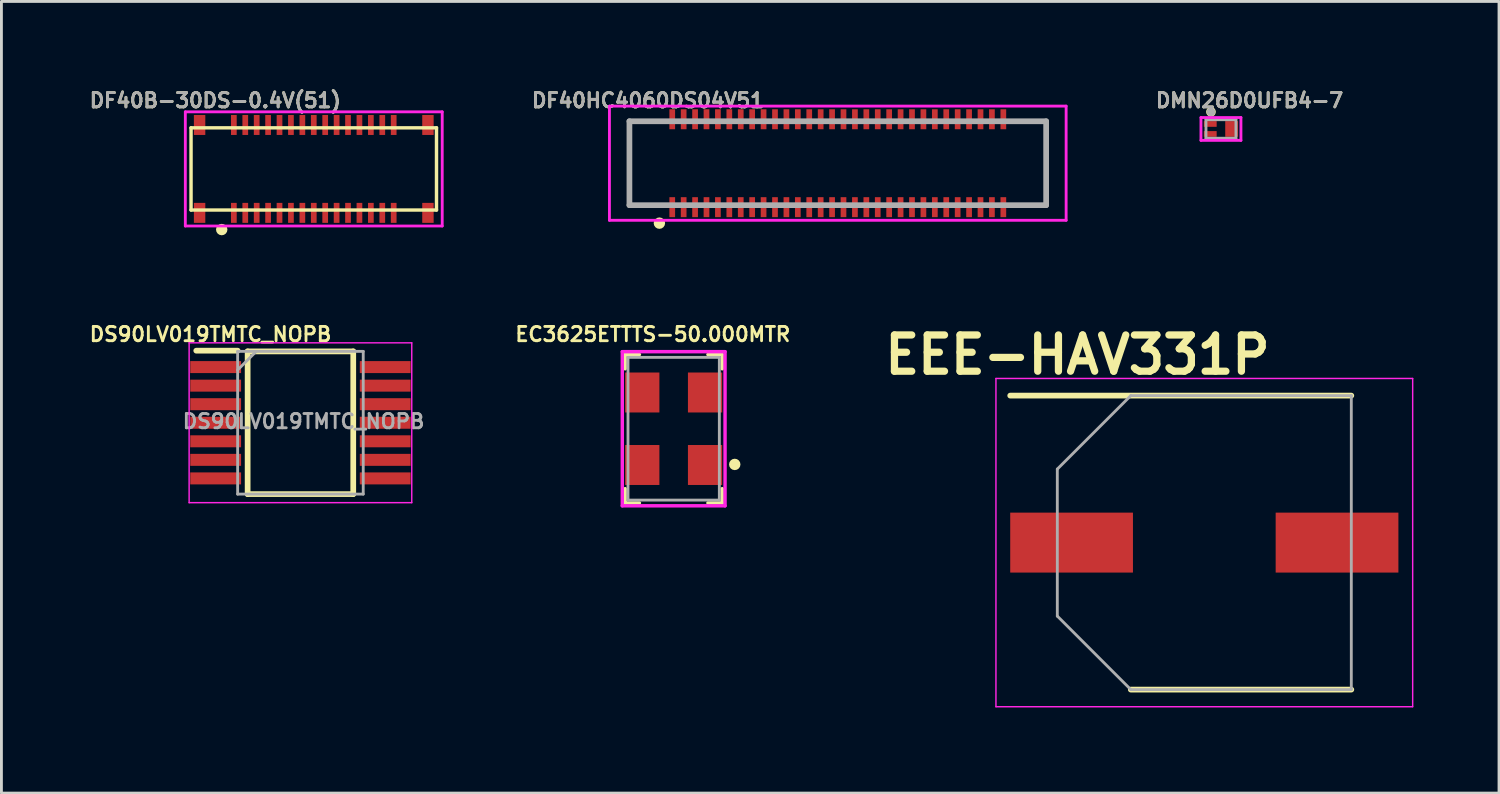
<source format=kicad_pcb>
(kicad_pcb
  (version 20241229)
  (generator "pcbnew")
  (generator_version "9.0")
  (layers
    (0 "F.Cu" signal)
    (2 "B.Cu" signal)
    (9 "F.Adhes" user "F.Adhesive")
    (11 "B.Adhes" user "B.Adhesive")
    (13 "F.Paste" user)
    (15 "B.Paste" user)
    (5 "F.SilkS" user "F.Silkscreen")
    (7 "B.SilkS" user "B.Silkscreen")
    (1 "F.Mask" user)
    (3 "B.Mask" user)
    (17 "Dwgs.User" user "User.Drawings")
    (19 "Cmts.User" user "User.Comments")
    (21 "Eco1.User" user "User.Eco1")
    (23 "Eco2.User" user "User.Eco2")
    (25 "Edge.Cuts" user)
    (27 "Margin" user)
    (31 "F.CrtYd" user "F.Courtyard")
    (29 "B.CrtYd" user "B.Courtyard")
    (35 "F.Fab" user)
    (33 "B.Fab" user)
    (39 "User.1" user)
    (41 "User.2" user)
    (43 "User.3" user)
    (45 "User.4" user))
  (footprint "EEE-HAV331P"
    (layer "F.Cu")
    (at 39.143 15.96)
    (property "Reference" "EEE-HAV331P" (at -4.445 -6.579 0) (layer "F.SilkS") (effects (font (size 1.27 1.27) (thickness 0.254))))
    (attr smd)
    (fp_line (start -6.8 -5.15) (end 5.15 -5.15) (stroke (width 0.2) (type solid)) (layer "F.SilkS"))
    (fp_line (start -2.575 5.15) (end 5.15 5.15) (stroke (width 0.2) (type solid)) (layer "F.SilkS"))
    (fp_line (start -7.3 -5.75) (end 7.3 -5.75) (stroke (width 0.05) (type solid)) (layer "F.CrtYd"))
    (fp_line (start -7.3 5.75) (end -7.3 -5.75) (stroke (width 0.05) (type solid)) (layer "F.CrtYd"))
    (fp_line (start 7.3 -5.75) (end 7.3 5.75) (stroke (width 0.05) (type solid)) (layer "F.CrtYd"))
    (fp_line (start 7.3 5.75) (end -7.3 5.75) (stroke (width 0.05) (type solid)) (layer "F.CrtYd"))
    (fp_line (start -5.15 -2.575) (end -5.15 2.575) (stroke (width 0.1) (type solid)) (layer "F.Fab"))
    (fp_line (start -5.15 2.575) (end -2.575 5.15) (stroke (width 0.1) (type solid)) (layer "F.Fab"))
    (fp_line (start -2.575 -5.15) (end -5.15 -2.575) (stroke (width 0.1) (type solid)) (layer "F.Fab"))
    (fp_line (start -2.575 5.15) (end 5.15 5.15) (stroke (width 0.1) (type solid)) (layer "F.Fab"))
    (fp_line (start 5.15 -5.15) (end -2.575 -5.15) (stroke (width 0.1) (type solid)) (layer "F.Fab"))
    (fp_line (start 5.15 5.15) (end 5.15 -5.15) (stroke (width 0.1) (type solid)) (layer "F.Fab"))
    (pad "1" smd rect (at -4.65 0 90) (size 2.1 4.3) (layers "F.Cu" "F.Mask" "F.Paste"))
    (pad "2" smd rect (at 4.65 0 90) (size 2.1 4.3) (layers "F.Cu" "F.Mask" "F.Paste")))
  (footprint "DMN26D0UFB4-7"
    (layer "F.Cu")
    (at 39.726 1.468)
    (property "Reference" "DMN26D0UFB4-7" (at 1 -1 0) (layer "F.SilkS") (effects (font (size 0.5 0.5) (thickness 0.1))))
    (attr smd)
    (fp_circle (center -0.35 -0.6) (end -0.35 -0.55) (stroke (width 0.12) (type solid)) (fill no) (layer "F.SilkS"))
    (fp_line (start -0.7 -0.4) (end 0.7 -0.4) (stroke (width 0.1) (type solid)) (layer "F.CrtYd"))
    (fp_line (start -0.7 0.4) (end -0.7 -0.4) (stroke (width 0.1) (type solid)) (layer "F.CrtYd"))
    (fp_line (start 0.7 -0.4) (end 0.7 0.4) (stroke (width 0.1) (type solid)) (layer "F.CrtYd"))
    (fp_line (start 0.7 0.4) (end -0.7 0.4) (stroke (width 0.1) (type solid)) (layer "F.CrtYd"))
    (fp_line (start -0.525 -0.325) (end -0.525 0.325) (stroke (width 0.1) (type solid)) (layer "F.Fab"))
    (fp_line (start -0.525 0.325) (end 0.525 0.325) (stroke (width 0.1) (type solid)) (layer "F.Fab"))
    (fp_line (start 0.525 -0.325) (end -0.525 -0.325) (stroke (width 0.1) (type solid)) (layer "F.Fab"))
    (fp_line (start 0.525 0.325) (end 0.525 -0.325) (stroke (width 0.1) (type solid)) (layer "F.Fab"))
    (fp_circle (center -0.35 -0.6) (end -0.35 -0.6) (stroke (width 0.152) (type solid)) (fill no) (layer "F.Fab"))
    (fp_text user "${REFERENCE}" (at 1 -1 0) (layer "F.Fab") (effects (font (size 0.5 0.5) (thickness 0.1))))
    (pad "1" smd rect (at -0.375 -0.175) (size 0.45 0.2) (layers "F.Cu" "F.Mask" "F.Paste"))
    (pad "2" smd rect (at -0.375 0.175) (size 0.45 0.2) (layers "F.Cu" "F.Mask" "F.Paste"))
    (pad "3" smd rect (at 0.375 0) (size 0.45 0.55) (layers "F.Cu" "F.Mask" "F.Paste")))
  (footprint "DS90LV019TMTC_NOPB"
    (layer "F.Cu")
    (at 7.476 11.761)
    (property "Reference" "DS90LV019TMTC_NOPB" (at -3.15 -3.1 0) (layer "F.SilkS") (effects (font (size 0.5 0.5) (thickness 0.1))))
    (attr smd)
    (fp_line (start -3.65 -2.525) (end -2.2 -2.525) (stroke (width 0.2) (type solid)) (layer "F.SilkS"))
    (fp_line (start -1.85 -2.5) (end 1.85 -2.5) (stroke (width 0.2) (type solid)) (layer "F.SilkS"))
    (fp_line (start -1.85 2.5) (end -1.85 -2.5) (stroke (width 0.2) (type solid)) (layer "F.SilkS"))
    (fp_line (start 1.85 -2.5) (end 1.85 2.5) (stroke (width 0.2) (type solid)) (layer "F.SilkS"))
    (fp_line (start 1.85 2.5) (end -1.85 2.5) (stroke (width 0.2) (type solid)) (layer "F.SilkS"))
    (fp_line (start -3.9 -2.8) (end 3.9 -2.8) (stroke (width 0.05) (type solid)) (layer "F.CrtYd"))
    (fp_line (start -3.9 2.8) (end -3.9 -2.8) (stroke (width 0.05) (type solid)) (layer "F.CrtYd"))
    (fp_line (start 3.9 -2.8) (end 3.9 2.8) (stroke (width 0.05) (type solid)) (layer "F.CrtYd"))
    (fp_line (start 3.9 2.8) (end -3.9 2.8) (stroke (width 0.05) (type solid)) (layer "F.CrtYd"))
    (fp_line (start -2.2 -2.5) (end 2.2 -2.5) (stroke (width 0.1) (type solid)) (layer "F.Fab"))
    (fp_line (start -2.2 -1.85) (end -1.55 -2.5) (stroke (width 0.1) (type solid)) (layer "F.Fab"))
    (fp_line (start -2.2 2.5) (end -2.2 -2.5) (stroke (width 0.1) (type solid)) (layer "F.Fab"))
    (fp_line (start 2.2 -2.5) (end 2.2 2.5) (stroke (width 0.1) (type solid)) (layer "F.Fab"))
    (fp_line (start 2.2 2.5) (end -2.2 2.5) (stroke (width 0.1) (type solid)) (layer "F.Fab"))
    (fp_text user "${REFERENCE}" (at 0.11 -0.05 0) (layer "F.Fab") (effects (font (size 0.5 0.5) (thickness 0.1))))
    (pad "1" smd rect (at -2.97 -1.95 90) (size 0.42 1.78) (layers "F.Cu" "F.Mask" "F.Paste"))
    (pad "2" smd rect (at -2.97 -1.3 90) (size 0.42 1.78) (layers "F.Cu" "F.Mask" "F.Paste"))
    (pad "3" smd rect (at -2.97 -0.65 90) (size 0.42 1.78) (layers "F.Cu" "F.Mask" "F.Paste"))
    (pad "4" smd rect (at -2.97 0 90) (size 0.42 1.78) (layers "F.Cu" "F.Mask" "F.Paste"))
    (pad "5" smd rect (at -2.97 0.65 90) (size 0.42 1.78) (layers "F.Cu" "F.Mask" "F.Paste"))
    (pad "6" smd rect (at -2.97 1.3 90) (size 0.42 1.78) (layers "F.Cu" "F.Mask" "F.Paste"))
    (pad "7" smd rect (at -2.97 1.95 90) (size 0.42 1.78) (layers "F.Cu" "F.Mask" "F.Paste"))
    (pad "8" smd rect (at 2.97 1.95 90) (size 0.42 1.78) (layers "F.Cu" "F.Mask" "F.Paste"))
    (pad "9" smd rect (at 2.97 1.3 90) (size 0.42 1.78) (layers "F.Cu" "F.Mask" "F.Paste"))
    (pad "10" smd rect (at 2.97 0.65 90) (size 0.42 1.78) (layers "F.Cu" "F.Mask" "F.Paste"))
    (pad "11" smd rect (at 2.97 0 90) (size 0.42 1.78) (layers "F.Cu" "F.Mask" "F.Paste"))
    (pad "12" smd rect (at 2.97 -0.65 90) (size 0.42 1.78) (layers "F.Cu" "F.Mask" "F.Paste"))
    (pad "13" smd rect (at 2.97 -1.3 90) (size 0.42 1.78) (layers "F.Cu" "F.Mask" "F.Paste"))
    (pad "14" smd rect (at 2.97 -1.95 90) (size 0.42 1.78) (layers "F.Cu" "F.Mask" "F.Paste")))
  (footprint "DF40HC4060DS04V51"
    (layer "F.Cu")
    (at 26.302 2.668)
    (property "Reference" "DF40HC4060DS04V51" (at -6.65 -2.2 0) (layer "F.SilkS") (effects (font (size 0.5 0.5) (thickness 0.1))))
    (attr smd)
    (fp_line (start -7.3 -1.47) (end -7.3 1.5) (stroke (width 0.1) (type solid)) (layer "F.SilkS"))
    (fp_line (start -7.3 1.5) (end -6.5 1.47) (stroke (width 0.1) (type solid)) (layer "F.SilkS"))
    (fp_line (start -6.5 -1.5) (end -7.3 -1.47) (stroke (width 0.1) (type solid)) (layer "F.SilkS"))
    (fp_line (start 6.5 -1.47) (end 7.3 -1.47) (stroke (width 0.1) (type solid)) (layer "F.SilkS"))
    (fp_line (start 7.3 -1.47) (end 7.3 1.47) (stroke (width 0.1) (type solid)) (layer "F.SilkS"))
    (fp_line (start 7.3 1.47) (end 6.5 1.47) (stroke (width 0.1) (type solid)) (layer "F.SilkS"))
    (fp_circle (center -6.25 2.1) (end -6.15 2.1) (stroke (width 0.2) (type solid)) (fill no) (layer "F.SilkS"))
    (fp_line (start -8 -2) (end 8 -2) (stroke (width 0.1) (type solid)) (layer "F.CrtYd"))
    (fp_line (start -8 2) (end -8 -2) (stroke (width 0.1) (type solid)) (layer "F.CrtYd"))
    (fp_line (start 8 -2) (end 8 2) (stroke (width 0.1) (type solid)) (layer "F.CrtYd"))
    (fp_line (start 8 2) (end -8 2) (stroke (width 0.1) (type solid)) (layer "F.CrtYd"))
    (fp_line (start -7.3 -1.47) (end 7.3 -1.47) (stroke (width 0.2) (type solid)) (layer "F.Fab"))
    (fp_line (start -7.3 1.47) (end -7.3 -1.47) (stroke (width 0.2) (type solid)) (layer "F.Fab"))
    (fp_line (start 7.3 -1.47) (end 7.3 1.47) (stroke (width 0.2) (type solid)) (layer "F.Fab"))
    (fp_line (start 7.3 1.47) (end -7.3 1.47) (stroke (width 0.2) (type solid)) (layer "F.Fab"))
    (fp_text user "${REFERENCE}" (at -6.65 -2.2 0) (layer "F.Fab") (effects (font (size 0.5 0.5) (thickness 0.1))))
    (pad "1" smd rect (at -5.8 1.54) (size 0.2 0.7) (layers "F.Cu" "F.Mask" "F.Paste"))
    (pad "2" smd rect (at -5.8 -1.54) (size 0.2 0.7) (layers "F.Cu" "F.Mask" "F.Paste"))
    (pad "3" smd rect (at -5.4 1.54) (size 0.2 0.7) (layers "F.Cu" "F.Mask" "F.Paste"))
    (pad "4" smd rect (at -5.4 -1.54) (size 0.2 0.7) (layers "F.Cu" "F.Mask" "F.Paste"))
    (pad "5" smd rect (at -5 1.54) (size 0.2 0.7) (layers "F.Cu" "F.Mask" "F.Paste"))
    (pad "6" smd rect (at -5 -1.54) (size 0.2 0.7) (layers "F.Cu" "F.Mask" "F.Paste"))
    (pad "7" smd rect (at -4.6 1.54) (size 0.2 0.7) (layers "F.Cu" "F.Mask" "F.Paste"))
    (pad "8" smd rect (at -4.6 -1.54) (size 0.2 0.7) (layers "F.Cu" "F.Mask" "F.Paste"))
    (pad "9" smd rect (at -4.2 1.54) (size 0.2 0.7) (layers "F.Cu" "F.Mask" "F.Paste"))
    (pad "10" smd rect (at -4.2 -1.54) (size 0.2 0.7) (layers "F.Cu" "F.Mask" "F.Paste"))
    (pad "11" smd rect (at -3.8 1.54) (size 0.2 0.7) (layers "F.Cu" "F.Mask" "F.Paste"))
    (pad "12" smd rect (at -3.8 -1.54) (size 0.2 0.7) (layers "F.Cu" "F.Mask" "F.Paste"))
    (pad "13" smd rect (at -3.4 1.54) (size 0.2 0.7) (layers "F.Cu" "F.Mask" "F.Paste"))
    (pad "14" smd rect (at -3.4 -1.54) (size 0.2 0.7) (layers "F.Cu" "F.Mask" "F.Paste"))
    (pad "15" smd rect (at -3 1.54) (size 0.2 0.7) (layers "F.Cu" "F.Mask" "F.Paste"))
    (pad "16" smd rect (at -3 -1.54) (size 0.2 0.7) (layers "F.Cu" "F.Mask" "F.Paste"))
    (pad "17" smd rect (at -2.6 1.54) (size 0.2 0.7) (layers "F.Cu" "F.Mask" "F.Paste"))
    (pad "18" smd rect (at -2.6 -1.54) (size 0.2 0.7) (layers "F.Cu" "F.Mask" "F.Paste"))
    (pad "19" smd rect (at -2.2 1.54) (size 0.2 0.7) (layers "F.Cu" "F.Mask" "F.Paste"))
    (pad "20" smd rect (at -2.2 -1.54) (size 0.2 0.7) (layers "F.Cu" "F.Mask" "F.Paste"))
    (pad "21" smd rect (at -1.8 1.54) (size 0.2 0.7) (layers "F.Cu" "F.Mask" "F.Paste"))
    (pad "22" smd rect (at -1.8 -1.54) (size 0.2 0.7) (layers "F.Cu" "F.Mask" "F.Paste"))
    (pad "23" smd rect (at -1.4 1.54) (size 0.2 0.7) (layers "F.Cu" "F.Mask" "F.Paste"))
    (pad "24" smd rect (at -1.4 -1.54) (size 0.2 0.7) (layers "F.Cu" "F.Mask" "F.Paste"))
    (pad "25" smd rect (at -1 1.54) (size 0.2 0.7) (layers "F.Cu" "F.Mask" "F.Paste"))
    (pad "26" smd rect (at -1 -1.54) (size 0.2 0.7) (layers "F.Cu" "F.Mask" "F.Paste"))
    (pad "27" smd rect (at -0.6 1.54) (size 0.2 0.7) (layers "F.Cu" "F.Mask" "F.Paste"))
    (pad "28" smd rect (at -0.6 -1.54) (size 0.2 0.7) (layers "F.Cu" "F.Mask" "F.Paste"))
    (pad "29" smd rect (at -0.2 1.54) (size 0.2 0.7) (layers "F.Cu" "F.Mask" "F.Paste"))
    (pad "30" smd rect (at -0.2 -1.54) (size 0.2 0.7) (layers "F.Cu" "F.Mask" "F.Paste"))
    (pad "31" smd rect (at 0.2 1.54) (size 0.2 0.7) (layers "F.Cu" "F.Mask" "F.Paste"))
    (pad "32" smd rect (at 0.2 -1.54) (size 0.2 0.7) (layers "F.Cu" "F.Mask" "F.Paste"))
    (pad "33" smd rect (at 0.6 1.54) (size 0.2 0.7) (layers "F.Cu" "F.Mask" "F.Paste"))
    (pad "34" smd rect (at 0.6 -1.54) (size 0.2 0.7) (layers "F.Cu" "F.Mask" "F.Paste"))
    (pad "35" smd rect (at 1 1.54) (size 0.2 0.7) (layers "F.Cu" "F.Mask" "F.Paste"))
    (pad "36" smd rect (at 1 -1.54) (size 0.2 0.7) (layers "F.Cu" "F.Mask" "F.Paste"))
    (pad "37" smd rect (at 1.4 1.54) (size 0.2 0.7) (layers "F.Cu" "F.Mask" "F.Paste"))
    (pad "38" smd rect (at 1.4 -1.54) (size 0.2 0.7) (layers "F.Cu" "F.Mask" "F.Paste"))
    (pad "39" smd rect (at 1.8 1.54) (size 0.2 0.7) (layers "F.Cu" "F.Mask" "F.Paste"))
    (pad "40" smd rect (at 1.8 -1.54) (size 0.2 0.7) (layers "F.Cu" "F.Mask" "F.Paste"))
    (pad "41" smd rect (at 2.2 1.54) (size 0.2 0.7) (layers "F.Cu" "F.Mask" "F.Paste"))
    (pad "42" smd rect (at 2.2 -1.54) (size 0.2 0.7) (layers "F.Cu" "F.Mask" "F.Paste"))
    (pad "43" smd rect (at 2.6 1.54) (size 0.2 0.7) (layers "F.Cu" "F.Mask" "F.Paste"))
    (pad "44" smd rect (at 2.6 -1.54) (size 0.2 0.7) (layers "F.Cu" "F.Mask" "F.Paste"))
    (pad "45" smd rect (at 3 1.54) (size 0.2 0.7) (layers "F.Cu" "F.Mask" "F.Paste"))
    (pad "46" smd rect (at 3 -1.54) (size 0.2 0.7) (layers "F.Cu" "F.Mask" "F.Paste"))
    (pad "47" smd rect (at 3.4 1.54) (size 0.2 0.7) (layers "F.Cu" "F.Mask" "F.Paste"))
    (pad "48" smd rect (at 3.4 -1.54) (size 0.2 0.7) (layers "F.Cu" "F.Mask" "F.Paste"))
    (pad "49" smd rect (at 3.8 1.54) (size 0.2 0.7) (layers "F.Cu" "F.Mask" "F.Paste"))
    (pad "50" smd rect (at 3.8 -1.54) (size 0.2 0.7) (layers "F.Cu" "F.Mask" "F.Paste"))
    (pad "51" smd rect (at 4.2 1.54) (size 0.2 0.7) (layers "F.Cu" "F.Mask" "F.Paste"))
    (pad "52" smd rect (at 4.2 -1.54) (size 0.2 0.7) (layers "F.Cu" "F.Mask" "F.Paste"))
    (pad "53" smd rect (at 4.6 1.54) (size 0.2 0.7) (layers "F.Cu" "F.Mask" "F.Paste"))
    (pad "54" smd rect (at 4.6 -1.54) (size 0.2 0.7) (layers "F.Cu" "F.Mask" "F.Paste"))
    (pad "55" smd rect (at 5 1.54) (size 0.2 0.7) (layers "F.Cu" "F.Mask" "F.Paste"))
    (pad "56" smd rect (at 5 -1.54) (size 0.2 0.7) (layers "F.Cu" "F.Mask" "F.Paste"))
    (pad "57" smd rect (at 5.4 1.54) (size 0.2 0.7) (layers "F.Cu" "F.Mask" "F.Paste"))
    (pad "58" smd rect (at 5.4 -1.54) (size 0.2 0.7) (layers "F.Cu" "F.Mask" "F.Paste"))
    (pad "59" smd rect (at 5.8 1.54) (size 0.2 0.7) (layers "F.Cu" "F.Mask" "F.Paste"))
    (pad "60" smd rect (at 5.8 -1.54) (size 0.2 0.7) (layers "F.Cu" "F.Mask" "F.Paste")))
  (footprint "EC3625ETTTS-50.000MTR"
    (layer "F.Cu")
    (at 20.552 11.971)
    (property "Reference" "EC3625ETTTS-50.000MTR" (at -0.73 -3.31 0) (layer "F.SilkS") (effects (font (size 0.5 0.5) (thickness 0.1))))
    (attr through_hole)
    (fp_line (start -1.7 -2.6) (end -1.7 -2.1) (stroke (width 0.12) (type solid)) (layer "F.SilkS"))
    (fp_line (start -1.7 2.1) (end -1.7 2.6) (stroke (width 0.12) (type solid)) (layer "F.SilkS"))
    (fp_line (start -1.7 2.6) (end -1.2 2.6) (stroke (width 0.12) (type solid)) (layer "F.SilkS"))
    (fp_line (start -1.2 -2.6) (end -1.7 -2.6) (stroke (width 0.12) (type solid)) (layer "F.SilkS"))
    (fp_line (start 1.2 -2.6) (end 1.7 -2.6) (stroke (width 0.12) (type solid)) (layer "F.SilkS"))
    (fp_line (start 1.7 -2.6) (end 1.7 -2.1) (stroke (width 0.12) (type solid)) (layer "F.SilkS"))
    (fp_line (start 1.7 2.1) (end 1.7 2.6) (stroke (width 0.12) (type solid)) (layer "F.SilkS"))
    (fp_line (start 1.7 2.6) (end 1.2 2.6) (stroke (width 0.12) (type solid)) (layer "F.SilkS"))
    (fp_circle (center 2.14 1.25) (end 2.24 1.25) (stroke (width 0.2) (type solid)) (fill no) (layer "F.SilkS"))
    (fp_line (start -1.8 -2.7) (end -1.8 2.7) (stroke (width 0.12) (type solid)) (layer "F.CrtYd"))
    (fp_line (start -1.8 2.7) (end 1.8 2.7) (stroke (width 0.12) (type solid)) (layer "F.CrtYd"))
    (fp_line (start 1.8 -2.7) (end -1.8 -2.7) (stroke (width 0.12) (type solid)) (layer "F.CrtYd"))
    (fp_line (start 1.8 2.7) (end 1.8 -2.7) (stroke (width 0.12) (type solid)) (layer "F.CrtYd"))
    (fp_line (start -1.6 -2.5) (end -1.6 2.5) (stroke (width 0.1) (type solid)) (layer "F.Fab"))
    (fp_line (start -1.6 2.5) (end 1.6 2.5) (stroke (width 0.1) (type solid)) (layer "F.Fab"))
    (fp_line (start 1.6 -2.5) (end -1.6 -2.5) (stroke (width 0.1) (type solid)) (layer "F.Fab"))
    (fp_line (start 1.6 2.5) (end 1.6 -2.5) (stroke (width 0.1) (type solid)) (layer "F.Fab"))
    (pad "1" smd rect (at 1.1 1.27) (size 1.2 1.4) (layers "F.Cu" "F.Mask" "F.Paste"))
    (pad "2" smd rect (at 1.1 -1.27) (size 1.2 1.4) (layers "F.Cu" "F.Mask" "F.Paste"))
    (pad "3" smd rect (at -1.1 -1.27) (size 1.2 1.4) (layers "F.Cu" "F.Mask" "F.Paste"))
    (pad "4" smd rect (at -1.1 1.27) (size 1.2 1.4) (layers "F.Cu" "F.Mask" "F.Paste")))
  (footprint "DF40B-30DS-0.4V(51)"
    (layer "F.Cu")
    (at 7.943 2.868)
    (property "Reference" "DF40B-30DS-0.4V(51)" (at -3.45 -2.4 0) (layer "F.SilkS") (effects (font (size 0.5 0.5) (thickness 0.1))))
    (attr through_hole)
    (fp_line (start -4.3 -1.44) (end 4.3 -1.44) (stroke (width 0.12) (type solid)) (layer "F.SilkS"))
    (fp_line (start -4.3 1.44) (end -4.3 -1.44) (stroke (width 0.12) (type solid)) (layer "F.SilkS"))
    (fp_line (start 4.3 -1.44) (end 4.3 1.44) (stroke (width 0.12) (type solid)) (layer "F.SilkS"))
    (fp_line (start 4.3 1.44) (end -4.3 1.44) (stroke (width 0.12) (type solid)) (layer "F.SilkS"))
    (fp_circle (center -3.225 2.125) (end -3.125 2.125) (stroke (width 0.2) (type solid)) (fill no) (layer "F.SilkS"))
    (fp_line (start -4.5 -2) (end 4.5 -2) (stroke (width 0.1) (type solid)) (layer "F.CrtYd"))
    (fp_line (start -4.5 2) (end -4.5 -2) (stroke (width 0.1) (type solid)) (layer "F.CrtYd"))
    (fp_line (start 4.5 -2) (end 4.5 2) (stroke (width 0.1) (type solid)) (layer "F.CrtYd"))
    (fp_line (start 4.5 2) (end -4.5 2) (stroke (width 0.1) (type solid)) (layer "F.CrtYd"))
    (fp_text user "${REFERENCE}" (at -3.45 -2.4 0) (layer "F.Fab") (effects (font (size 0.5 0.5) (thickness 0.1))))
    (pad "1" smd rect (at -2.8 1.54) (size 0.2 0.7) (layers "F.Cu" "F.Mask" "F.Paste"))
    (pad "2" smd rect (at -2.8 -1.54) (size 0.2 0.7) (layers "F.Cu" "F.Mask" "F.Paste"))
    (pad "3" smd rect (at -2.4 1.54) (size 0.2 0.7) (layers "F.Cu" "F.Mask" "F.Paste"))
    (pad "4" smd rect (at -2.4 -1.54) (size 0.2 0.7) (layers "F.Cu" "F.Mask" "F.Paste"))
    (pad "5" smd rect (at -2 1.54) (size 0.2 0.7) (layers "F.Cu" "F.Mask" "F.Paste"))
    (pad "6" smd rect (at -2 -1.54) (size 0.2 0.7) (layers "F.Cu" "F.Mask" "F.Paste"))
    (pad "7" smd rect (at -1.6 1.54) (size 0.2 0.7) (layers "F.Cu" "F.Mask" "F.Paste"))
    (pad "8" smd rect (at -1.6 -1.54) (size 0.2 0.7) (layers "F.Cu" "F.Mask" "F.Paste"))
    (pad "9" smd rect (at -1.2 1.54) (size 0.2 0.7) (layers "F.Cu" "F.Mask" "F.Paste"))
    (pad "10" smd rect (at -1.2 -1.54) (size 0.2 0.7) (layers "F.Cu" "F.Mask" "F.Paste"))
    (pad "11" smd rect (at -0.8 1.54) (size 0.2 0.7) (layers "F.Cu" "F.Mask" "F.Paste"))
    (pad "12" smd rect (at -0.8 -1.54) (size 0.2 0.7) (layers "F.Cu" "F.Mask" "F.Paste"))
    (pad "13" smd rect (at -0.4 1.54) (size 0.2 0.7) (layers "F.Cu" "F.Mask" "F.Paste"))
    (pad "14" smd rect (at -0.4 -1.54) (size 0.2 0.7) (layers "F.Cu" "F.Mask" "F.Paste"))
    (pad "15" smd rect (at 0 1.54) (size 0.2 0.7) (layers "F.Cu" "F.Mask" "F.Paste"))
    (pad "16" smd rect (at 0 -1.54) (size 0.2 0.7) (layers "F.Cu" "F.Mask" "F.Paste"))
    (pad "17" smd rect (at 0.4 1.54) (size 0.2 0.7) (layers "F.Cu" "F.Mask" "F.Paste"))
    (pad "18" smd rect (at 0.4 -1.54) (size 0.2 0.7) (layers "F.Cu" "F.Mask" "F.Paste"))
    (pad "19" smd rect (at 0.8 1.54) (size 0.2 0.7) (layers "F.Cu" "F.Mask" "F.Paste"))
    (pad "20" smd rect (at 0.8 -1.54) (size 0.2 0.7) (layers "F.Cu" "F.Mask" "F.Paste"))
    (pad "21" smd rect (at 1.2 1.54) (size 0.2 0.7) (layers "F.Cu" "F.Mask" "F.Paste"))
    (pad "22" smd rect (at 1.2 -1.54) (size 0.2 0.7) (layers "F.Cu" "F.Mask" "F.Paste"))
    (pad "23" smd rect (at 1.6 1.54) (size 0.2 0.7) (layers "F.Cu" "F.Mask" "F.Paste"))
    (pad "24" smd rect (at 1.6 -1.54) (size 0.2 0.7) (layers "F.Cu" "F.Mask" "F.Paste"))
    (pad "25" smd rect (at 2 1.54) (size 0.2 0.7) (layers "F.Cu" "F.Mask" "F.Paste"))
    (pad "26" smd rect (at 2 -1.54) (size 0.2 0.7) (layers "F.Cu" "F.Mask" "F.Paste"))
    (pad "27" smd rect (at 2.4 1.54) (size 0.2 0.7) (layers "F.Cu" "F.Mask" "F.Paste"))
    (pad "28" smd rect (at 2.4 -1.54) (size 0.2 0.7) (layers "F.Cu" "F.Mask" "F.Paste"))
    (pad "29" smd rect (at 2.8 1.54) (size 0.2 0.7) (layers "F.Cu" "F.Mask" "F.Paste"))
    (pad "30" smd rect (at 2.8 -1.54) (size 0.2 0.7) (layers "F.Cu" "F.Mask" "F.Paste"))
    (pad "MP1" smd rect (at -4 -1.54) (size 0.4 0.7) (layers "F.Cu" "F.Mask" "F.Paste"))
    (pad "MP2" smd rect (at -4 1.54) (size 0.4 0.7) (layers "F.Cu" "F.Mask" "F.Paste"))
    (pad "MP3" smd rect (at 4 1.54) (size 0.4 0.7) (layers "F.Cu" "F.Mask" "F.Paste"))
    (pad "MP4" smd rect (at 4 -1.54) (size 0.4 0.7) (layers "F.Cu" "F.Mask" "F.Paste")))
  (gr_rect
    (start -3 -3)
    (end 49.468 24.735)
    (stroke (width 0.1) (type default))
    (fill no)
    (layer "Edge.Cuts")))
</source>
